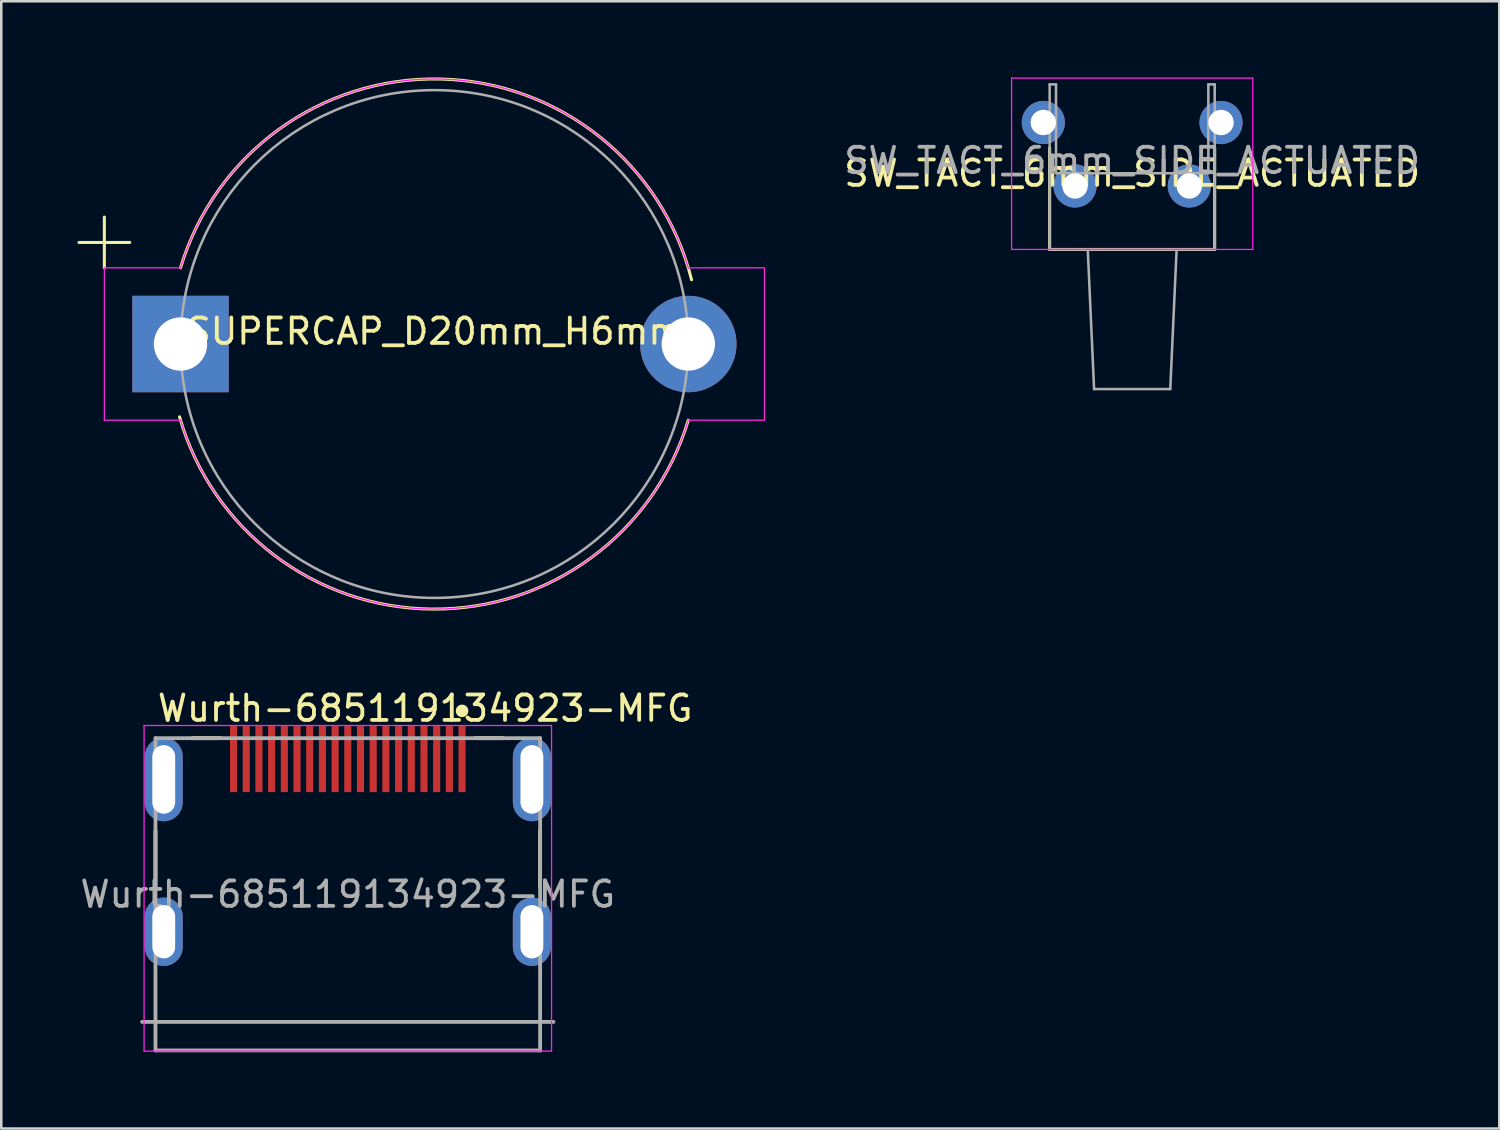
<source format=kicad_pcb>
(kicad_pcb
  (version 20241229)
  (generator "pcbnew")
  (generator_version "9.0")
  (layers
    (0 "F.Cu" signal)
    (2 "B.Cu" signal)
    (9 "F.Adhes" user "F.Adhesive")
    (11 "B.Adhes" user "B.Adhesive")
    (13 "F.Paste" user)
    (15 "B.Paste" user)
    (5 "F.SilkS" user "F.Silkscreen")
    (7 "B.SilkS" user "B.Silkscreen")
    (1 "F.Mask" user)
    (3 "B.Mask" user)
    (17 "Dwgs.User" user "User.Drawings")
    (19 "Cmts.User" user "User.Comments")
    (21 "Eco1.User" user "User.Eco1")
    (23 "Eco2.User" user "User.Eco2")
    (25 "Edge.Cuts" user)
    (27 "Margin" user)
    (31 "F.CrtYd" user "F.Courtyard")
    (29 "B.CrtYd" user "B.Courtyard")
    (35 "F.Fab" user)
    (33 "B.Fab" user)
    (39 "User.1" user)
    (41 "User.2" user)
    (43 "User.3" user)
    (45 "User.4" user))
  (footprint "SUPERCAP_D20mm_H6mm"
    (layer "F.Cu")
    (at 14.06 10.5)
    (property "Reference" "SUPERCAP_D20mm_H6mm" (at 0 -0.5 0) (unlocked yes) (layer "F.SilkS") (effects (font (size 1 1) (thickness 0.15))))
    (attr smd)
    (fp_line (start -13 -3) (end -13 -5) (stroke (width 0.12) (type solid)) (layer "F.SilkS"))
    (fp_line (start -12 -4) (end -14 -4) (stroke (width 0.12) (type solid)) (layer "F.SilkS"))
    (fp_arc (start -10 -3) (mid 0.242601 -10.437487) (end 10.128585 -2.532146) (stroke (width 0.12) (type solid)) (layer "F.SilkS"))
    (fp_arc (start 10 3) (mid -0.068682 10.440081) (end -10.038604 2.868173) (stroke (width 0.12) (type solid)) (layer "F.SilkS"))
    (fp_line (start -13 -3) (end -13 3) (stroke (width 0.05) (type solid)) (layer "F.CrtYd"))
    (fp_line (start -13 3) (end -10 3) (stroke (width 0.05) (type solid)) (layer "F.CrtYd"))
    (fp_line (start -10 -3) (end -13 -3) (stroke (width 0.05) (type solid)) (layer "F.CrtYd"))
    (fp_line (start 10 3) (end 13 3) (stroke (width 0.05) (type solid)) (layer "F.CrtYd"))
    (fp_line (start 13 -3) (end 10 -3) (stroke (width 0.05) (type solid)) (layer "F.CrtYd"))
    (fp_line (start 13 3) (end 13 -3) (stroke (width 0.05) (type solid)) (layer "F.CrtYd"))
    (fp_arc (start -10 -3) (mid -0.000001 -10.440203) (end 10 -3) (stroke (width 0.05) (type solid)) (layer "F.CrtYd"))
    (fp_arc (start 10 3) (mid 0.000001 10.440203) (end -10 3) (stroke (width 0.05) (type solid)) (layer "F.CrtYd"))
    (fp_circle (center 0 0) (end 0 -10) (stroke (width 0.1) (type solid)) (fill no) (layer "F.Fab"))
    (pad "1" thru_hole rect (at -10 0) (size 3.8 3.8) (drill 2.1) (layers "*.Cu" "*.Mask"))
    (pad "2" thru_hole circle (at 10 0) (size 3.8 3.8) (drill 2.1) (layers "*.Cu" "*.Mask")))
  (footprint "SW_TACT_6mm_SIDE_ACTUATED"
    (layer "F.Cu")
    (at 41.543 4.275)
    (property "Reference" "SW_TACT_6mm_SIDE_ACTUATED" (at 0 -0.5 0) (unlocked yes) (layer "F.SilkS") (effects (font (size 1 1) (thickness 0.15))))
    (attr through_hole)
    (fp_line (start -3.25 2.5) (end -3.25 -1.5) (stroke (width 0.12) (type solid)) (layer "F.SilkS"))
    (fp_line (start 3.25 2.5) (end -3.25 2.5) (stroke (width 0.12) (type solid)) (layer "F.SilkS"))
    (fp_line (start 3.25 2.5) (end 3.25 -1.5) (stroke (width 0.12) (type solid)) (layer "F.SilkS"))
    (fp_line (start -4.75 -4.25) (end 4.75 -4.25) (stroke (width 0.05) (type solid)) (layer "F.CrtYd"))
    (fp_line (start -4.75 2.5) (end -4.75 -4.25) (stroke (width 0.05) (type solid)) (layer "F.CrtYd"))
    (fp_line (start 4.75 -4.25) (end 4.75 2.5) (stroke (width 0.05) (type solid)) (layer "F.CrtYd"))
    (fp_line (start 4.75 2.5) (end -4.75 2.5) (stroke (width 0.05) (type solid)) (layer "F.CrtYd"))
    (fp_line (start -3.25 -4) (end -3.25 -1.5) (stroke (width 0.1) (type solid)) (layer "F.Fab"))
    (fp_line (start -3.25 -1.5) (end -3.25 2.5) (stroke (width 0.1) (type solid)) (layer "F.Fab"))
    (fp_line (start -3.25 2.5) (end 3.25 2.5) (stroke (width 0.1) (type solid)) (layer "F.Fab"))
    (fp_line (start -3 -4) (end -3.25 -4) (stroke (width 0.1) (type solid)) (layer "F.Fab"))
    (fp_line (start -3 -0.5) (end -3 -4) (stroke (width 0.1) (type solid)) (layer "F.Fab"))
    (fp_line (start -1.75 2.5) (end -1.5 8) (stroke (width 0.1) (type solid)) (layer "F.Fab"))
    (fp_line (start -1.5 8) (end 1.5 8) (stroke (width 0.1) (type solid)) (layer "F.Fab"))
    (fp_line (start 1.5 8) (end 1.75 2.5) (stroke (width 0.1) (type solid)) (layer "F.Fab"))
    (fp_line (start 3 -4) (end 3 -0.5) (stroke (width 0.1) (type solid)) (layer "F.Fab"))
    (fp_line (start 3 -0.5) (end -3 -0.5) (stroke (width 0.1) (type solid)) (layer "F.Fab"))
    (fp_line (start 3.25 -4) (end 3 -4) (stroke (width 0.1) (type solid)) (layer "F.Fab"))
    (fp_line (start 3.25 2.5) (end 3.25 -4) (stroke (width 0.1) (type solid)) (layer "F.Fab"))
    (fp_text user "${REFERENCE}" (at 0 -1 0) (unlocked yes) (layer "F.Fab") (effects (font (size 1 1) (thickness 0.15))))
    (pad "1" thru_hole circle (at -2.25 0) (size 1.7 1.7) (drill 1) (layers "*.Cu" "*.Mask"))
    (pad "2" thru_hole circle (at 2.25 0) (size 1.7 1.7) (drill 1) (layers "*.Cu" "*.Mask"))
    (pad "M" thru_hole circle (at -3.5 -2.5) (size 1.7 1.7) (drill 1) (layers "*.Cu" "*.Mask"))
    (pad "M" thru_hole circle (at 3.5 -2.5) (size 1.7 1.7) (drill 1) (layers "*.Cu" "*.Mask")))
  (footprint "Wurth-685119134923-MFG"
    (layer "F.Cu")
    (at 10.649 32.174)
    (property "Reference" "Wurth-685119134923-MFG" (at -7.575 -7.325 0) (layer "F.SilkS") (effects (font (size 1 1) (thickness 0.15)) (justify left)))
    (attr through_hole)
    (fp_line (start -7.575 -0.25) (end -7.575 -2.5) (stroke (width 0.15) (type solid)) (layer "F.SilkS"))
    (fp_line (start -6.125 -6.15) (end -5.015 -6.15) (stroke (width 0.15) (type solid)) (layer "F.SilkS"))
    (fp_line (start 5.015 -6.15) (end 6.125 -6.15) (stroke (width 0.15) (type solid)) (layer "F.SilkS"))
    (fp_line (start 7.575 -0.25) (end 7.575 -2.5) (stroke (width 0.15) (type solid)) (layer "F.SilkS"))
    (fp_circle (center 4.5 -7.225) (end 4.625 -7.225) (stroke (width 0.25) (type solid)) (fill no) (layer "F.SilkS"))
    (fp_line (start -8.025 -6.65) (end -8.025 6.175) (stroke (width 0.05) (type solid)) (layer "F.CrtYd"))
    (fp_line (start -8.025 6.175) (end 8.025 6.175) (stroke (width 0.05) (type solid)) (layer "F.CrtYd"))
    (fp_line (start 8.025 -6.65) (end -8.025 -6.65) (stroke (width 0.05) (type solid)) (layer "F.CrtYd"))
    (fp_line (start 8.025 6.175) (end 8.025 -6.65) (stroke (width 0.05) (type solid)) (layer "F.CrtYd"))
    (fp_line (start -8.1 5.025) (end 8.1 5.025) (stroke (width 0.15) (type solid)) (layer "F.Fab"))
    (fp_line (start -7.575 -6.15) (end 7.575 -6.15) (stroke (width 0.15) (type solid)) (layer "F.Fab"))
    (fp_line (start -7.575 6.15) (end -7.575 -6.15) (stroke (width 0.15) (type solid)) (layer "F.Fab"))
    (fp_line (start 7.575 -6.15) (end 7.575 6.15) (stroke (width 0.15) (type solid)) (layer "F.Fab"))
    (fp_line (start 7.575 6.15) (end -7.575 6.15) (stroke (width 0.15) (type solid)) (layer "F.Fab"))
    (fp_text user "${REFERENCE}" (at 0 0 0) (unlocked yes) (layer "F.Fab") (effects (font (size 1 1) (thickness 0.15))))
    (pad "1" smd rect (at 4.5 -5.325) (size 0.28 2.6) (layers "F.Cu" "F.Mask" "F.Paste"))
    (pad "2" smd rect (at 4 -5.325) (size 0.28 2.6) (layers "F.Cu" "F.Mask" "F.Paste"))
    (pad "3" smd rect (at 3.5 -5.325) (size 0.28 2.6) (layers "F.Cu" "F.Mask" "F.Paste"))
    (pad "4" smd rect (at 3 -5.325) (size 0.28 2.6) (layers "F.Cu" "F.Mask" "F.Paste"))
    (pad "5" smd rect (at 2.5 -5.325) (size 0.28 2.6) (layers "F.Cu" "F.Mask" "F.Paste"))
    (pad "6" smd rect (at 2 -5.325) (size 0.28 2.6) (layers "F.Cu" "F.Mask" "F.Paste"))
    (pad "7" smd rect (at 1.5 -5.325) (size 0.28 2.6) (layers "F.Cu" "F.Mask" "F.Paste"))
    (pad "8" smd rect (at 1 -5.325) (size 0.28 2.6) (layers "F.Cu" "F.Mask" "F.Paste"))
    (pad "9" smd rect (at 0.5 -5.325) (size 0.28 2.6) (layers "F.Cu" "F.Mask" "F.Paste"))
    (pad "10" smd rect (at 0 -5.325) (size 0.28 2.6) (layers "F.Cu" "F.Mask" "F.Paste"))
    (pad "11" smd rect (at -0.5 -5.325) (size 0.28 2.6) (layers "F.Cu" "F.Mask" "F.Paste"))
    (pad "12" smd rect (at -1 -5.325) (size 0.28 2.6) (layers "F.Cu" "F.Mask" "F.Paste"))
    (pad "13" smd rect (at -1.5 -5.325) (size 0.28 2.6) (layers "F.Cu" "F.Mask" "F.Paste"))
    (pad "14" smd rect (at -2 -5.325) (size 0.28 2.6) (layers "F.Cu" "F.Mask" "F.Paste"))
    (pad "15" smd rect (at -2.5 -5.325) (size 0.28 2.6) (layers "F.Cu" "F.Mask" "F.Paste"))
    (pad "16" smd rect (at -3 -5.325) (size 0.28 2.6) (layers "F.Cu" "F.Mask" "F.Paste"))
    (pad "17" smd rect (at -3.5 -5.325) (size 0.28 2.6) (layers "F.Cu" "F.Mask" "F.Paste"))
    (pad "18" smd rect (at -4 -5.325) (size 0.28 2.6) (layers "F.Cu" "F.Mask" "F.Paste"))
    (pad "19" smd rect (at -4.5 -5.325) (size 0.28 2.6) (layers "F.Cu" "F.Mask" "F.Paste"))
    (pad "SH" thru_hole roundrect (at -7.25 -4.525) (size 1.5 3.3) (drill oval 0.9 2.7) (layers "*.Cu" "*.Mask") (roundrect_rratio 0.5))
    (pad "SH" thru_hole roundrect (at -7.25 1.475) (size 1.5 2.7) (drill oval 0.9 2.1) (layers "*.Cu" "*.Mask") (roundrect_rratio 0.5))
    (pad "SH" thru_hole roundrect (at 7.25 -4.525) (size 1.5 3.3) (drill oval 0.9 2.7) (layers "*.Cu" "*.Mask") (roundrect_rratio 0.5))
    (pad "SH" thru_hole roundrect (at 7.25 1.475) (size 1.5 2.7) (drill oval 0.9 2.1) (layers "*.Cu" "*.Mask") (roundrect_rratio 0.5)))
  (gr_rect
    (start -3 -3)
    (end 56.002 41.399)
    (stroke (width 0.1) (type default))
    (fill no)
    (layer "Edge.Cuts")))
</source>
